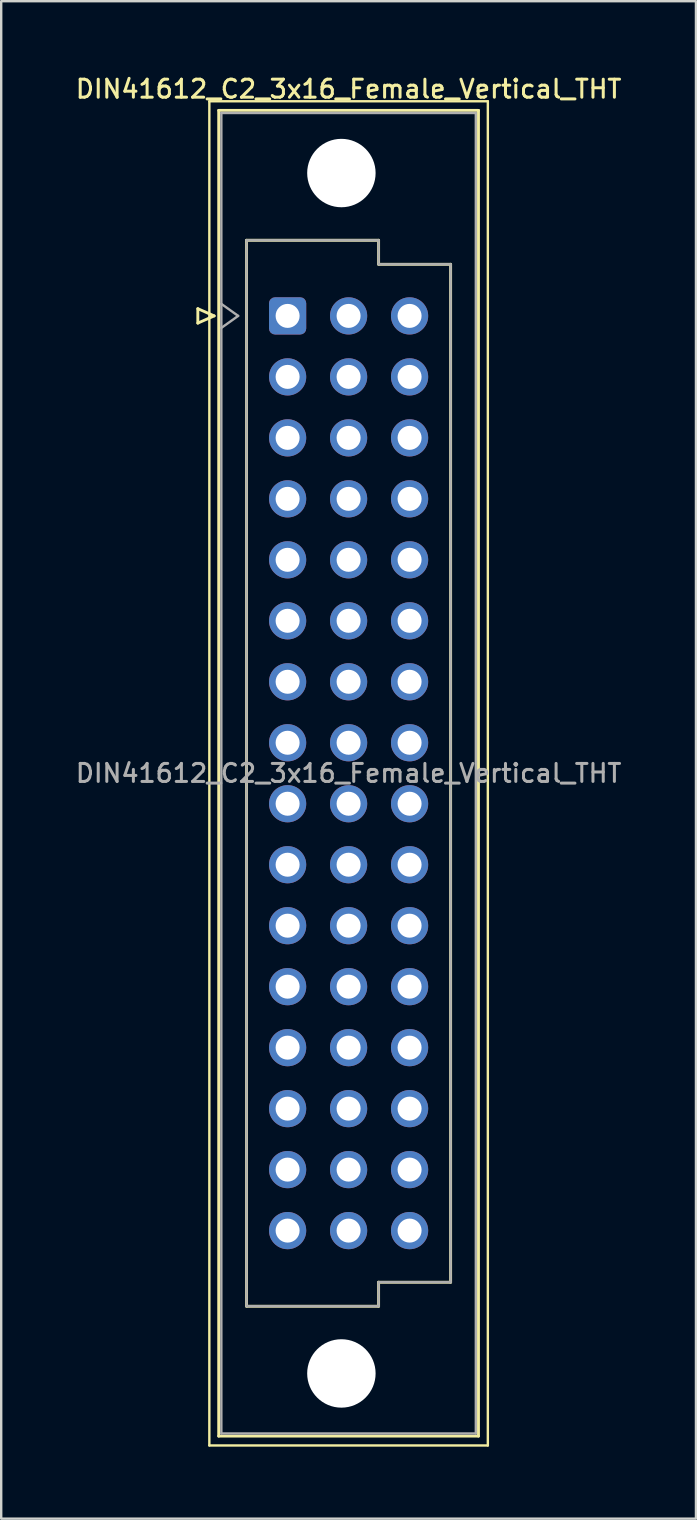
<source format=kicad_pcb>
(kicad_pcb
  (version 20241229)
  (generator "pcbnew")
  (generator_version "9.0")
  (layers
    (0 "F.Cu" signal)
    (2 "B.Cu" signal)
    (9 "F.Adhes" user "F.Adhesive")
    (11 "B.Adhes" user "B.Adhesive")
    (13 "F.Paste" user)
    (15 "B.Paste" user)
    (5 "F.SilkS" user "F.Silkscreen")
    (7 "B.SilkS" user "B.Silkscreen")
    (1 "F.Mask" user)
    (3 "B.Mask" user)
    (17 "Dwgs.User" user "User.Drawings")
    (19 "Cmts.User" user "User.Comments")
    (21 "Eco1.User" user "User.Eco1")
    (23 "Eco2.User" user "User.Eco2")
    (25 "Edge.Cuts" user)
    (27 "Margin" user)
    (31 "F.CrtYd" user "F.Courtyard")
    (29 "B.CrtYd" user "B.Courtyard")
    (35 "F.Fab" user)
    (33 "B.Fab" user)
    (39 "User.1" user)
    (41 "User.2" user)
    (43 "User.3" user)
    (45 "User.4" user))
  (footprint "DIN41612_C2_3x16_Female_Vertical_THT"
    (layer "F.Cu")
    (at 8.93 10.108)
    (property "Reference" "DIN41612_C2_3x16_Female_Vertical_THT" (at 2.54 -9.45 0) (layer "F.SilkS") (effects (font (size 0.75 0.75) (thickness 0.125))))
    (attr through_hole)
    (fp_line (start -3.74 -0.3) (end -3.74 0.3) (stroke (width 0.12) (type solid)) (layer "F.SilkS"))
    (fp_line (start -3.74 0.3) (end -3.06 0) (stroke (width 0.12) (type solid)) (layer "F.SilkS"))
    (fp_line (start -3.26 -8.94) (end 8.34 -8.94) (stroke (width 0.1) (type solid)) (layer "F.SilkS"))
    (fp_line (start -3.26 47.05) (end -3.26 -8.94) (stroke (width 0.1) (type solid)) (layer "F.SilkS"))
    (fp_line (start -3.06 0) (end -3.74 -0.3) (stroke (width 0.12) (type solid)) (layer "F.SilkS"))
    (fp_line (start -2.87 -8.56) (end 7.95 -8.56) (stroke (width 0.12) (type solid)) (layer "F.SilkS"))
    (fp_line (start -2.87 46.66) (end -2.87 -8.56) (stroke (width 0.12) (type solid)) (layer "F.SilkS"))
    (fp_line (start -1.71 -3.15) (end 3.79 -3.15) (stroke (width 0.12) (type solid)) (layer "F.SilkS"))
    (fp_line (start -1.71 41.25) (end -1.71 -3.15) (stroke (width 0.12) (type solid)) (layer "F.SilkS"))
    (fp_line (start 3.79 -3.15) (end 3.79 -2.15) (stroke (width 0.12) (type solid)) (layer "F.SilkS"))
    (fp_line (start 3.79 -2.15) (end 6.79 -2.15) (stroke (width 0.12) (type solid)) (layer "F.SilkS"))
    (fp_line (start 3.79 40.25) (end 3.79 41.25) (stroke (width 0.12) (type solid)) (layer "F.SilkS"))
    (fp_line (start 3.79 41.25) (end -1.71 41.25) (stroke (width 0.12) (type solid)) (layer "F.SilkS"))
    (fp_line (start 6.79 -2.15) (end 6.79 40.25) (stroke (width 0.12) (type solid)) (layer "F.SilkS"))
    (fp_line (start 6.79 40.25) (end 3.79 40.25) (stroke (width 0.12) (type solid)) (layer "F.SilkS"))
    (fp_line (start 7.95 -8.56) (end 7.95 46.66) (stroke (width 0.12) (type solid)) (layer "F.SilkS"))
    (fp_line (start 7.95 46.66) (end -2.87 46.66) (stroke (width 0.12) (type solid)) (layer "F.SilkS"))
    (fp_line (start 8.34 -8.94) (end 8.34 47.05) (stroke (width 0.1) (type solid)) (layer "F.SilkS"))
    (fp_line (start 8.34 47.05) (end -3.26 47.05) (stroke (width 0.1) (type solid)) (layer "F.SilkS"))
    (fp_line (start -2.76 -8.45) (end 7.84 -8.45) (stroke (width 0.1) (type solid)) (layer "F.Fab"))
    (fp_line (start -2.76 -0.5) (end -2.06 0) (stroke (width 0.1) (type solid)) (layer "F.Fab"))
    (fp_line (start -2.76 46.55) (end -2.76 -8.45) (stroke (width 0.1) (type solid)) (layer "F.Fab"))
    (fp_line (start -2.06 0) (end -2.76 0.5) (stroke (width 0.1) (type solid)) (layer "F.Fab"))
    (fp_line (start -1.71 -3.15) (end 3.79 -3.15) (stroke (width 0.1) (type solid)) (layer "F.Fab"))
    (fp_line (start -1.71 41.25) (end -1.71 -3.15) (stroke (width 0.1) (type solid)) (layer "F.Fab"))
    (fp_line (start 3.79 -3.15) (end 3.79 -2.15) (stroke (width 0.1) (type solid)) (layer "F.Fab"))
    (fp_line (start 3.79 -2.15) (end 6.79 -2.15) (stroke (width 0.1) (type solid)) (layer "F.Fab"))
    (fp_line (start 3.79 40.25) (end 3.79 41.25) (stroke (width 0.1) (type solid)) (layer "F.Fab"))
    (fp_line (start 3.79 41.25) (end -1.71 41.25) (stroke (width 0.1) (type solid)) (layer "F.Fab"))
    (fp_line (start 6.79 -2.15) (end 6.79 40.25) (stroke (width 0.1) (type solid)) (layer "F.Fab"))
    (fp_line (start 6.79 40.25) (end 3.79 40.25) (stroke (width 0.1) (type solid)) (layer "F.Fab"))
    (fp_line (start 7.84 -8.45) (end 7.84 46.55) (stroke (width 0.1) (type solid)) (layer "F.Fab"))
    (fp_line (start 7.84 46.55) (end -2.76 46.55) (stroke (width 0.1) (type solid)) (layer "F.Fab"))
    (fp_text user "${REFERENCE}" (at 2.54 19.05 0) (layer "F.Fab") (effects (font (size 0.75 0.75) (thickness 0.125))))
    (pad "" np_thru_hole circle (at 2.24 -5.95) (size 2.85 2.85) (drill 2.85) (layers "*.Cu" "*.Mask"))
    (pad "" np_thru_hole circle (at 2.24 44.05) (size 2.85 2.85) (drill 2.85) (layers "*.Cu" "*.Mask"))
    (pad "a1" thru_hole roundrect (at 0 0) (size 1.55 1.55) (drill 1) (layers "*.Cu" "*.Mask") (roundrect_rratio 0.161))
    (pad "a2" thru_hole circle (at 0 2.54) (size 1.55 1.55) (drill 1) (layers "*.Cu" "*.Mask"))
    (pad "a3" thru_hole circle (at 0 5.08) (size 1.55 1.55) (drill 1) (layers "*.Cu" "*.Mask"))
    (pad "a4" thru_hole circle (at 0 7.62) (size 1.55 1.55) (drill 1) (layers "*.Cu" "*.Mask"))
    (pad "a5" thru_hole circle (at 0 10.16) (size 1.55 1.55) (drill 1) (layers "*.Cu" "*.Mask"))
    (pad "a6" thru_hole circle (at 0 12.7) (size 1.55 1.55) (drill 1) (layers "*.Cu" "*.Mask"))
    (pad "a7" thru_hole circle (at 0 15.24) (size 1.55 1.55) (drill 1) (layers "*.Cu" "*.Mask"))
    (pad "a8" thru_hole circle (at 0 17.78) (size 1.55 1.55) (drill 1) (layers "*.Cu" "*.Mask"))
    (pad "a9" thru_hole circle (at 0 20.32) (size 1.55 1.55) (drill 1) (layers "*.Cu" "*.Mask"))
    (pad "a10" thru_hole circle (at 0 22.86) (size 1.55 1.55) (drill 1) (layers "*.Cu" "*.Mask"))
    (pad "a11" thru_hole circle (at 0 25.4) (size 1.55 1.55) (drill 1) (layers "*.Cu" "*.Mask"))
    (pad "a12" thru_hole circle (at 0 27.94) (size 1.55 1.55) (drill 1) (layers "*.Cu" "*.Mask"))
    (pad "a13" thru_hole circle (at 0 30.48) (size 1.55 1.55) (drill 1) (layers "*.Cu" "*.Mask"))
    (pad "a14" thru_hole circle (at 0 33.02) (size 1.55 1.55) (drill 1) (layers "*.Cu" "*.Mask"))
    (pad "a15" thru_hole circle (at 0 35.56) (size 1.55 1.55) (drill 1) (layers "*.Cu" "*.Mask"))
    (pad "a16" thru_hole circle (at 0 38.1) (size 1.55 1.55) (drill 1) (layers "*.Cu" "*.Mask"))
    (pad "b1" thru_hole circle (at 2.54 0) (size 1.55 1.55) (drill 1) (layers "*.Cu" "*.Mask"))
    (pad "b2" thru_hole circle (at 2.54 2.54) (size 1.55 1.55) (drill 1) (layers "*.Cu" "*.Mask"))
    (pad "b3" thru_hole circle (at 2.54 5.08) (size 1.55 1.55) (drill 1) (layers "*.Cu" "*.Mask"))
    (pad "b4" thru_hole circle (at 2.54 7.62) (size 1.55 1.55) (drill 1) (layers "*.Cu" "*.Mask"))
    (pad "b5" thru_hole circle (at 2.54 10.16) (size 1.55 1.55) (drill 1) (layers "*.Cu" "*.Mask"))
    (pad "b6" thru_hole circle (at 2.54 12.7) (size 1.55 1.55) (drill 1) (layers "*.Cu" "*.Mask"))
    (pad "b7" thru_hole circle (at 2.54 15.24) (size 1.55 1.55) (drill 1) (layers "*.Cu" "*.Mask"))
    (pad "b8" thru_hole circle (at 2.54 17.78) (size 1.55 1.55) (drill 1) (layers "*.Cu" "*.Mask"))
    (pad "b9" thru_hole circle (at 2.54 20.32) (size 1.55 1.55) (drill 1) (layers "*.Cu" "*.Mask"))
    (pad "b10" thru_hole circle (at 2.54 22.86) (size 1.55 1.55) (drill 1) (layers "*.Cu" "*.Mask"))
    (pad "b11" thru_hole circle (at 2.54 25.4) (size 1.55 1.55) (drill 1) (layers "*.Cu" "*.Mask"))
    (pad "b12" thru_hole circle (at 2.54 27.94) (size 1.55 1.55) (drill 1) (layers "*.Cu" "*.Mask"))
    (pad "b13" thru_hole circle (at 2.54 30.48) (size 1.55 1.55) (drill 1) (layers "*.Cu" "*.Mask"))
    (pad "b14" thru_hole circle (at 2.54 33.02) (size 1.55 1.55) (drill 1) (layers "*.Cu" "*.Mask"))
    (pad "b15" thru_hole circle (at 2.54 35.56) (size 1.55 1.55) (drill 1) (layers "*.Cu" "*.Mask"))
    (pad "b16" thru_hole circle (at 2.54 38.1) (size 1.55 1.55) (drill 1) (layers "*.Cu" "*.Mask"))
    (pad "c1" thru_hole circle (at 5.08 0) (size 1.55 1.55) (drill 1) (layers "*.Cu" "*.Mask"))
    (pad "c2" thru_hole circle (at 5.08 2.54) (size 1.55 1.55) (drill 1) (layers "*.Cu" "*.Mask"))
    (pad "c3" thru_hole circle (at 5.08 5.08) (size 1.55 1.55) (drill 1) (layers "*.Cu" "*.Mask"))
    (pad "c4" thru_hole circle (at 5.08 7.62) (size 1.55 1.55) (drill 1) (layers "*.Cu" "*.Mask"))
    (pad "c5" thru_hole circle (at 5.08 10.16) (size 1.55 1.55) (drill 1) (layers "*.Cu" "*.Mask"))
    (pad "c6" thru_hole circle (at 5.08 12.7) (size 1.55 1.55) (drill 1) (layers "*.Cu" "*.Mask"))
    (pad "c7" thru_hole circle (at 5.08 15.24) (size 1.55 1.55) (drill 1) (layers "*.Cu" "*.Mask"))
    (pad "c8" thru_hole circle (at 5.08 17.78) (size 1.55 1.55) (drill 1) (layers "*.Cu" "*.Mask"))
    (pad "c9" thru_hole circle (at 5.08 20.32) (size 1.55 1.55) (drill 1) (layers "*.Cu" "*.Mask"))
    (pad "c10" thru_hole circle (at 5.08 22.86) (size 1.55 1.55) (drill 1) (layers "*.Cu" "*.Mask"))
    (pad "c11" thru_hole circle (at 5.08 25.4) (size 1.55 1.55) (drill 1) (layers "*.Cu" "*.Mask"))
    (pad "c12" thru_hole circle (at 5.08 27.94) (size 1.55 1.55) (drill 1) (layers "*.Cu" "*.Mask"))
    (pad "c13" thru_hole circle (at 5.08 30.48) (size 1.55 1.55) (drill 1) (layers "*.Cu" "*.Mask"))
    (pad "c14" thru_hole circle (at 5.08 33.02) (size 1.55 1.55) (drill 1) (layers "*.Cu" "*.Mask"))
    (pad "c15" thru_hole circle (at 5.08 35.56) (size 1.55 1.55) (drill 1) (layers "*.Cu" "*.Mask"))
    (pad "c16" thru_hole circle (at 5.08 38.1) (size 1.55 1.55) (drill 1) (layers "*.Cu" "*.Mask")))
  (gr_rect
    (start -3 -3)
    (end 25.939 60.208)
    (stroke (width 0.1) (type default))
    (fill no)
    (layer "Edge.Cuts")))
</source>
